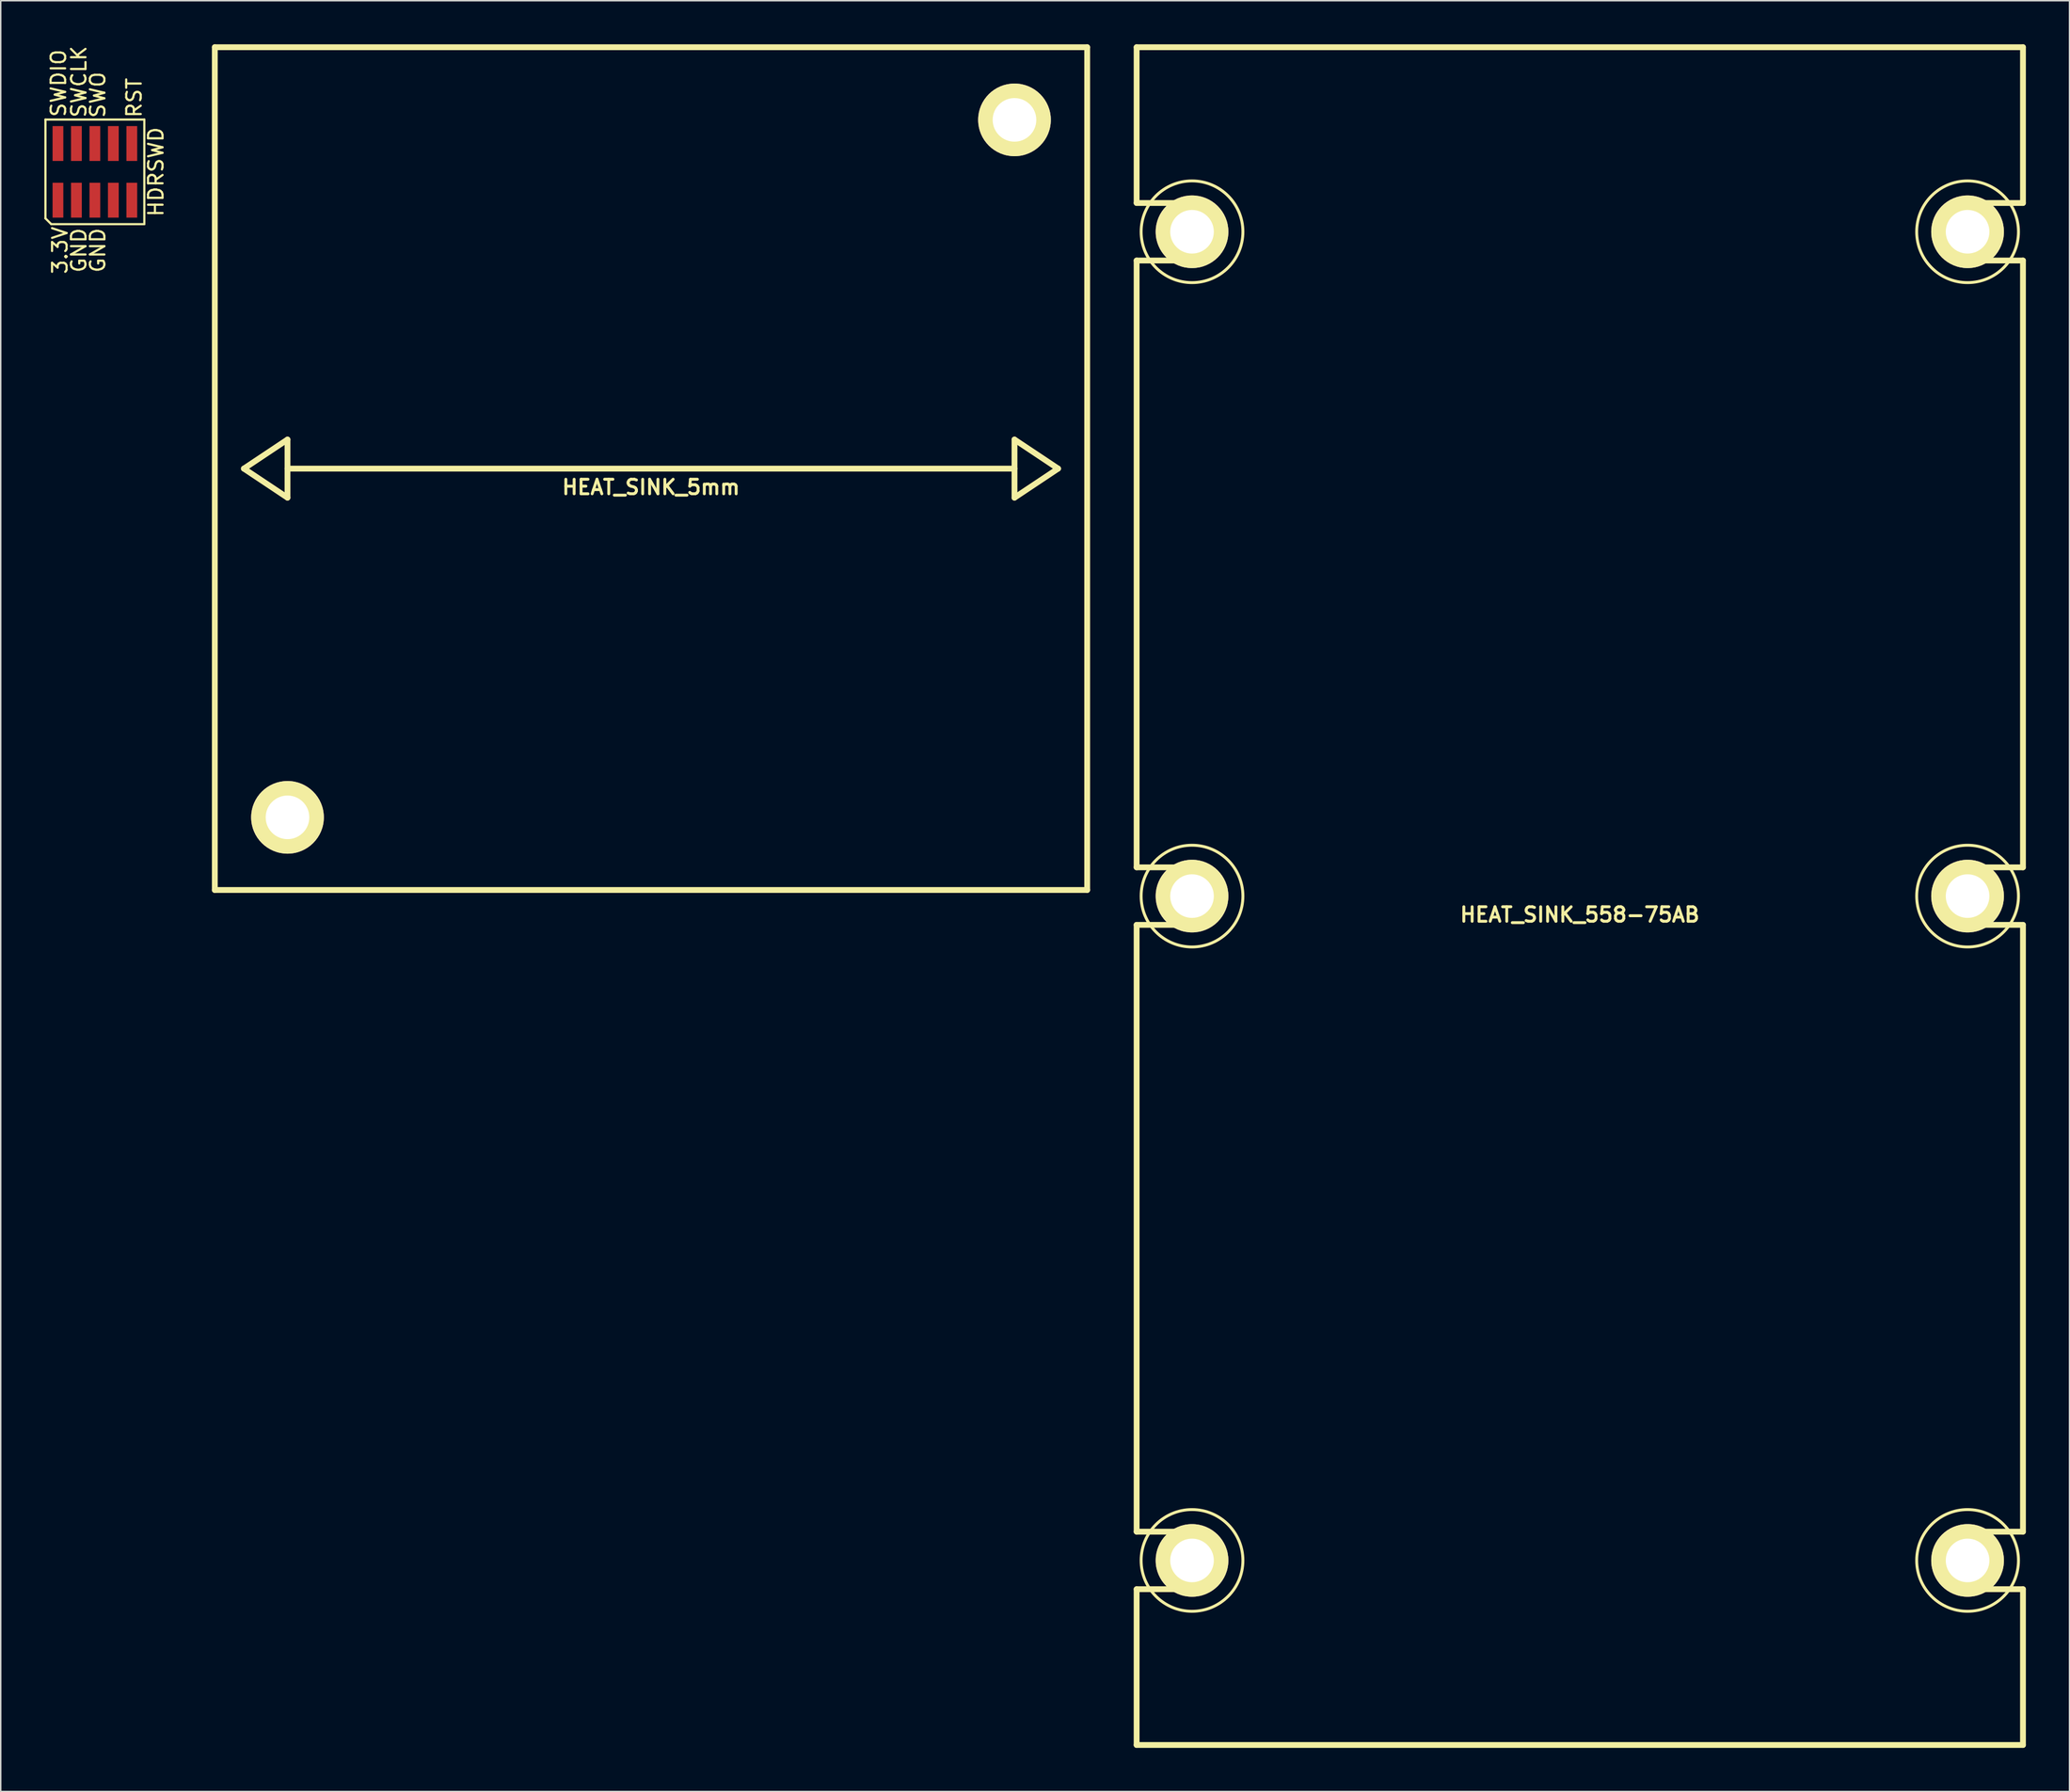
<source format=kicad_pcb>
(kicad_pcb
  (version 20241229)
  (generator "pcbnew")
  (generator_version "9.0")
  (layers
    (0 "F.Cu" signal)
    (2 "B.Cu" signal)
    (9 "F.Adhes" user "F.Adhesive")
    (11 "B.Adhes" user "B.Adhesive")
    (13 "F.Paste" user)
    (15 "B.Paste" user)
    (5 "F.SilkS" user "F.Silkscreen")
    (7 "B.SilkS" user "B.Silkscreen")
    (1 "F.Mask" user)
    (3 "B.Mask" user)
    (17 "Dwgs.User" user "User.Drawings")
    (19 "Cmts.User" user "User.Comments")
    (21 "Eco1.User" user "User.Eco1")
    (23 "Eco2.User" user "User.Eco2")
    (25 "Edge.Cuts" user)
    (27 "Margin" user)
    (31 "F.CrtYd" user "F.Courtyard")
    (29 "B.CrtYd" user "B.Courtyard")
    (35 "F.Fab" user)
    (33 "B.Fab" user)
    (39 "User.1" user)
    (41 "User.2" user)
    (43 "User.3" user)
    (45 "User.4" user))
  (footprint "HEAT_SINK_5mm"
    (layer "F.Cu")
    (at 41.723 29.2)
    (property "Reference" "HEAT_SINK_5mm" (at 0 1.28 0) (layer "F.SilkS") (effects (font (size 1 1) (thickness 0.2))))
    (attr smd)
    (fp_line (start -30 -29) (end 30 -29) (stroke (width 0.4) (type solid)) (layer "F.SilkS"))
    (fp_line (start -30 29) (end -30 -29) (stroke (width 0.4) (type solid)) (layer "F.SilkS"))
    (fp_line (start -28 0) (end -25 -2) (stroke (width 0.4) (type solid)) (layer "F.SilkS"))
    (fp_line (start -25 -2) (end -25 2) (stroke (width 0.4) (type solid)) (layer "F.SilkS"))
    (fp_line (start -25 0) (end 25 0) (stroke (width 0.4) (type solid)) (layer "F.SilkS"))
    (fp_line (start -25 2) (end -28 0) (stroke (width 0.4) (type solid)) (layer "F.SilkS"))
    (fp_line (start 25 -2) (end 25 2) (stroke (width 0.4) (type solid)) (layer "F.SilkS"))
    (fp_line (start 25 2) (end 28 0) (stroke (width 0.4) (type solid)) (layer "F.SilkS"))
    (fp_line (start 28 0) (end 25 -2) (stroke (width 0.4) (type solid)) (layer "F.SilkS"))
    (fp_line (start 30 -29) (end 30 29) (stroke (width 0.4) (type solid)) (layer "F.SilkS"))
    (fp_line (start 30 29) (end -30 29) (stroke (width 0.4) (type solid)) (layer "F.SilkS"))
    (pad "1" thru_hole circle (at -25 24) (size 5 5) (drill 3) (layers "*.Cu" "*.Mask" "F.SilkS"))
    (pad "1" thru_hole circle (at 25 -24) (size 5 5) (drill 3) (layers "*.Cu" "*.Mask" "F.SilkS")))
  (footprint "HDRSWD"
    (layer "F.Cu")
    (at 3.475 8.777)
    (property "Reference" "HDRSWD" (at 4.2 0 90) (layer "F.SilkS") (effects (font (size 1 1) (thickness 0.15))))
    (attr through_hole)
    (fp_line (start -3.4 -3.6) (end -3.4 3.2) (stroke (width 0.15) (type solid)) (layer "F.SilkS"))
    (fp_line (start -3.4 3.2) (end -3 3.6) (stroke (width 0.15) (type solid)) (layer "F.SilkS"))
    (fp_line (start -3 3.6) (end 3.4 3.6) (stroke (width 0.15) (type solid)) (layer "F.SilkS"))
    (fp_line (start 3.4 -3.6) (end -3.4 -3.6) (stroke (width 0.15) (type solid)) (layer "F.SilkS"))
    (fp_line (start 3.4 3.6) (end 3.4 -3.6) (stroke (width 0.15) (type solid)) (layer "F.SilkS"))
    (fp_text user "RST" (at 2.7 -5.1 90) (layer "F.SilkS") (effects (font (size 1 1) (thickness 0.15))))
    (fp_text user "GND" (at -1.1 5.4 90) (layer "F.SilkS") (effects (font (size 1 1) (thickness 0.15))))
    (fp_text user "SWO" (at 0.2 -5.3 90) (layer "F.SilkS") (effects (font (size 1 1) (thickness 0.15))))
    (fp_text user "3.3V" (at -2.4 5.4 90) (layer "F.SilkS") (effects (font (size 1 1) (thickness 0.15))))
    (fp_text user "SWCLK" (at -1.1 -6.2 90) (layer "F.SilkS") (effects (font (size 1 1) (thickness 0.15))))
    (fp_text user "SWDIO" (at -2.5 -6.1 90) (layer "F.SilkS") (effects (font (size 1 1) (thickness 0.15))))
    (fp_text user "GND" (at 0.2 5.4 90) (layer "F.SilkS") (effects (font (size 1 1) (thickness 0.15))))
    (pad "1" smd rect (at -2.54 1.95) (size 0.74 2.4) (layers "F.Cu" "F.Mask" "F.Paste"))
    (pad "2" smd rect (at -2.54 -1.95) (size 0.74 2.4) (layers "F.Cu" "F.Mask" "F.Paste"))
    (pad "3" smd rect (at -1.27 1.95) (size 0.74 2.4) (layers "F.Cu" "F.Mask" "F.Paste"))
    (pad "4" smd rect (at -1.27 -1.95) (size 0.74 2.4) (layers "F.Cu" "F.Mask" "F.Paste"))
    (pad "5" smd rect (at 0 1.95) (size 0.74 2.4) (layers "F.Cu" "F.Mask" "F.Paste"))
    (pad "6" smd rect (at 0 -1.95) (size 0.74 2.4) (layers "F.Cu" "F.Mask" "F.Paste"))
    (pad "7" smd rect (at 1.27 1.95) (size 0.74 2.4) (layers "F.Cu" "F.Mask" "F.Paste"))
    (pad "8" smd rect (at 1.27 -1.95) (size 0.74 2.4) (layers "F.Cu" "F.Mask" "F.Paste"))
    (pad "9" smd rect (at 2.54 1.95) (size 0.74 2.4) (layers "F.Cu" "F.Mask" "F.Paste"))
    (pad "10" smd rect (at 2.54 -1.95) (size 0.74 2.4) (layers "F.Cu" "F.Mask" "F.Paste")))
  (footprint "HEAT_SINK_558-75AB"
    (layer "F.Cu")
    (at 105.603 58.62)
    (property "Reference" "HEAT_SINK_558-75AB" (at 0 1.28 0) (layer "F.SilkS") (effects (font (size 1 1) (thickness 0.2))))
    (attr smd)
    (fp_line (start -30.48 -58.42) (end 30.48 -58.42) (stroke (width 0.4) (type solid)) (layer "F.SilkS"))
    (fp_line (start -30.48 -47.7) (end -30.48 -58.42) (stroke (width 0.4) (type solid)) (layer "F.SilkS"))
    (fp_line (start -30.48 -47.7) (end -26.67 -47.7) (stroke (width 0.4) (type solid)) (layer "F.SilkS"))
    (fp_line (start -30.48 -43.74) (end -26.67 -43.74) (stroke (width 0.4) (type solid)) (layer "F.SilkS"))
    (fp_line (start -30.48 -1.98) (end -30.48 -43.74) (stroke (width 0.4) (type solid)) (layer "F.SilkS"))
    (fp_line (start -30.48 -1.98) (end -26.67 -1.98) (stroke (width 0.4) (type solid)) (layer "F.SilkS"))
    (fp_line (start -30.48 1.98) (end -26.67 1.98) (stroke (width 0.4) (type solid)) (layer "F.SilkS"))
    (fp_line (start -30.48 43.74) (end -30.48 1.98) (stroke (width 0.4) (type solid)) (layer "F.SilkS"))
    (fp_line (start -30.48 43.74) (end -26.67 43.74) (stroke (width 0.4) (type solid)) (layer "F.SilkS"))
    (fp_line (start -30.48 47.7) (end -26.67 47.7) (stroke (width 0.4) (type solid)) (layer "F.SilkS"))
    (fp_line (start -30.48 58.42) (end -30.48 47.7) (stroke (width 0.4) (type solid)) (layer "F.SilkS"))
    (fp_line (start -30.48 58.42) (end 30.48 58.42) (stroke (width 0.4) (type solid)) (layer "F.SilkS"))
    (fp_line (start 26.67 -47.7) (end 30.48 -47.7) (stroke (width 0.4) (type solid)) (layer "F.SilkS"))
    (fp_line (start 26.67 -43.74) (end 30.48 -43.74) (stroke (width 0.4) (type solid)) (layer "F.SilkS"))
    (fp_line (start 26.67 -1.98) (end 30.48 -1.98) (stroke (width 0.4) (type solid)) (layer "F.SilkS"))
    (fp_line (start 26.67 1.98) (end 30.48 1.98) (stroke (width 0.4) (type solid)) (layer "F.SilkS"))
    (fp_line (start 26.67 43.74) (end 30.48 43.74) (stroke (width 0.4) (type solid)) (layer "F.SilkS"))
    (fp_line (start 26.67 47.7) (end 30.48 47.7) (stroke (width 0.4) (type solid)) (layer "F.SilkS"))
    (fp_line (start 30.48 -47.7) (end 30.48 -58.42) (stroke (width 0.4) (type solid)) (layer "F.SilkS"))
    (fp_line (start 30.48 -1.98) (end 30.48 -43.74) (stroke (width 0.4) (type solid)) (layer "F.SilkS"))
    (fp_line (start 30.48 43.74) (end 30.48 1.98) (stroke (width 0.4) (type solid)) (layer "F.SilkS"))
    (fp_line (start 30.48 58.42) (end 30.48 47.7) (stroke (width 0.4) (type solid)) (layer "F.SilkS"))
    (fp_arc (start -26.67 -47.7) (mid -25.269929 -47.120071) (end -24.69 -45.72) (stroke (width 0.4) (type solid)) (layer "F.SilkS"))
    (fp_arc (start -26.67 -1.98) (mid -25.269929 -1.400071) (end -24.69 0) (stroke (width 0.4) (type solid)) (layer "F.SilkS"))
    (fp_arc (start -26.67 43.74) (mid -25.269929 44.319929) (end -24.69 45.72) (stroke (width 0.4) (type solid)) (layer "F.SilkS"))
    (fp_arc (start -24.69 -45.72) (mid -25.269929 -44.319929) (end -26.67 -43.74) (stroke (width 0.4) (type solid)) (layer "F.SilkS"))
    (fp_arc (start -24.69 0) (mid -25.269929 1.400071) (end -26.67 1.98) (stroke (width 0.4) (type solid)) (layer "F.SilkS"))
    (fp_arc (start -24.69 45.72) (mid -25.269929 47.120071) (end -26.67 47.7) (stroke (width 0.4) (type solid)) (layer "F.SilkS"))
    (fp_arc (start 24.69 -45.72) (mid 25.269929 -47.120071) (end 26.67 -47.7) (stroke (width 0.4) (type solid)) (layer "F.SilkS"))
    (fp_arc (start 24.69 0) (mid 25.269929 -1.400071) (end 26.67 -1.98) (stroke (width 0.4) (type solid)) (layer "F.SilkS"))
    (fp_arc (start 24.69 45.72) (mid 25.269929 44.319929) (end 26.67 43.74) (stroke (width 0.4) (type solid)) (layer "F.SilkS"))
    (fp_arc (start 26.67 -43.74) (mid 25.269929 -44.319929) (end 24.69 -45.72) (stroke (width 0.4) (type solid)) (layer "F.SilkS"))
    (fp_arc (start 26.67 1.98) (mid 25.269929 1.400071) (end 24.69 0) (stroke (width 0.4) (type solid)) (layer "F.SilkS"))
    (fp_arc (start 26.67 47.7) (mid 25.269929 47.120071) (end 24.69 45.72) (stroke (width 0.4) (type solid)) (layer "F.SilkS"))
    (fp_circle (center -26.67 -45.72) (end -23.17 -45.72) (stroke (width 0.2) (type solid)) (fill no) (layer "F.SilkS"))
    (fp_circle (center -26.67 0) (end -23.17 0) (stroke (width 0.2) (type solid)) (fill no) (layer "F.SilkS"))
    (fp_circle (center -26.67 45.72) (end -23.17 45.72) (stroke (width 0.2) (type solid)) (fill no) (layer "F.SilkS"))
    (fp_circle (center 26.67 -45.72) (end 30.17 -45.72) (stroke (width 0.2) (type solid)) (fill no) (layer "F.SilkS"))
    (fp_circle (center 26.67 0) (end 30.17 0) (stroke (width 0.2) (type solid)) (fill no) (layer "F.SilkS"))
    (fp_circle (center 26.67 45.72) (end 30.17 45.72) (stroke (width 0.2) (type solid)) (fill no) (layer "F.SilkS"))
    (pad "1" thru_hole circle (at -26.67 -45.72) (size 5 5) (drill 3) (layers "*.Cu" "*.Mask" "F.SilkS"))
    (pad "1" thru_hole circle (at -26.67 0) (size 5 5) (drill 3) (layers "*.Cu" "*.Mask" "F.SilkS"))
    (pad "1" thru_hole circle (at -26.67 45.72) (size 5 5) (drill 3) (layers "*.Cu" "*.Mask" "F.SilkS"))
    (pad "1" thru_hole circle (at 26.67 -45.72) (size 5 5) (drill 3) (layers "*.Cu" "*.Mask" "F.SilkS"))
    (pad "1" thru_hole circle (at 26.67 0) (size 5 5) (drill 3) (layers "*.Cu" "*.Mask" "F.SilkS"))
    (pad "1" thru_hole circle (at 26.67 45.72) (size 5 5) (drill 3) (layers "*.Cu" "*.Mask" "F.SilkS")))
  (gr_rect
    (start -3 -3)
    (end 139.283 120.24)
    (stroke (width 0.1) (type default))
    (fill no)
    (layer "Edge.Cuts")))
</source>
